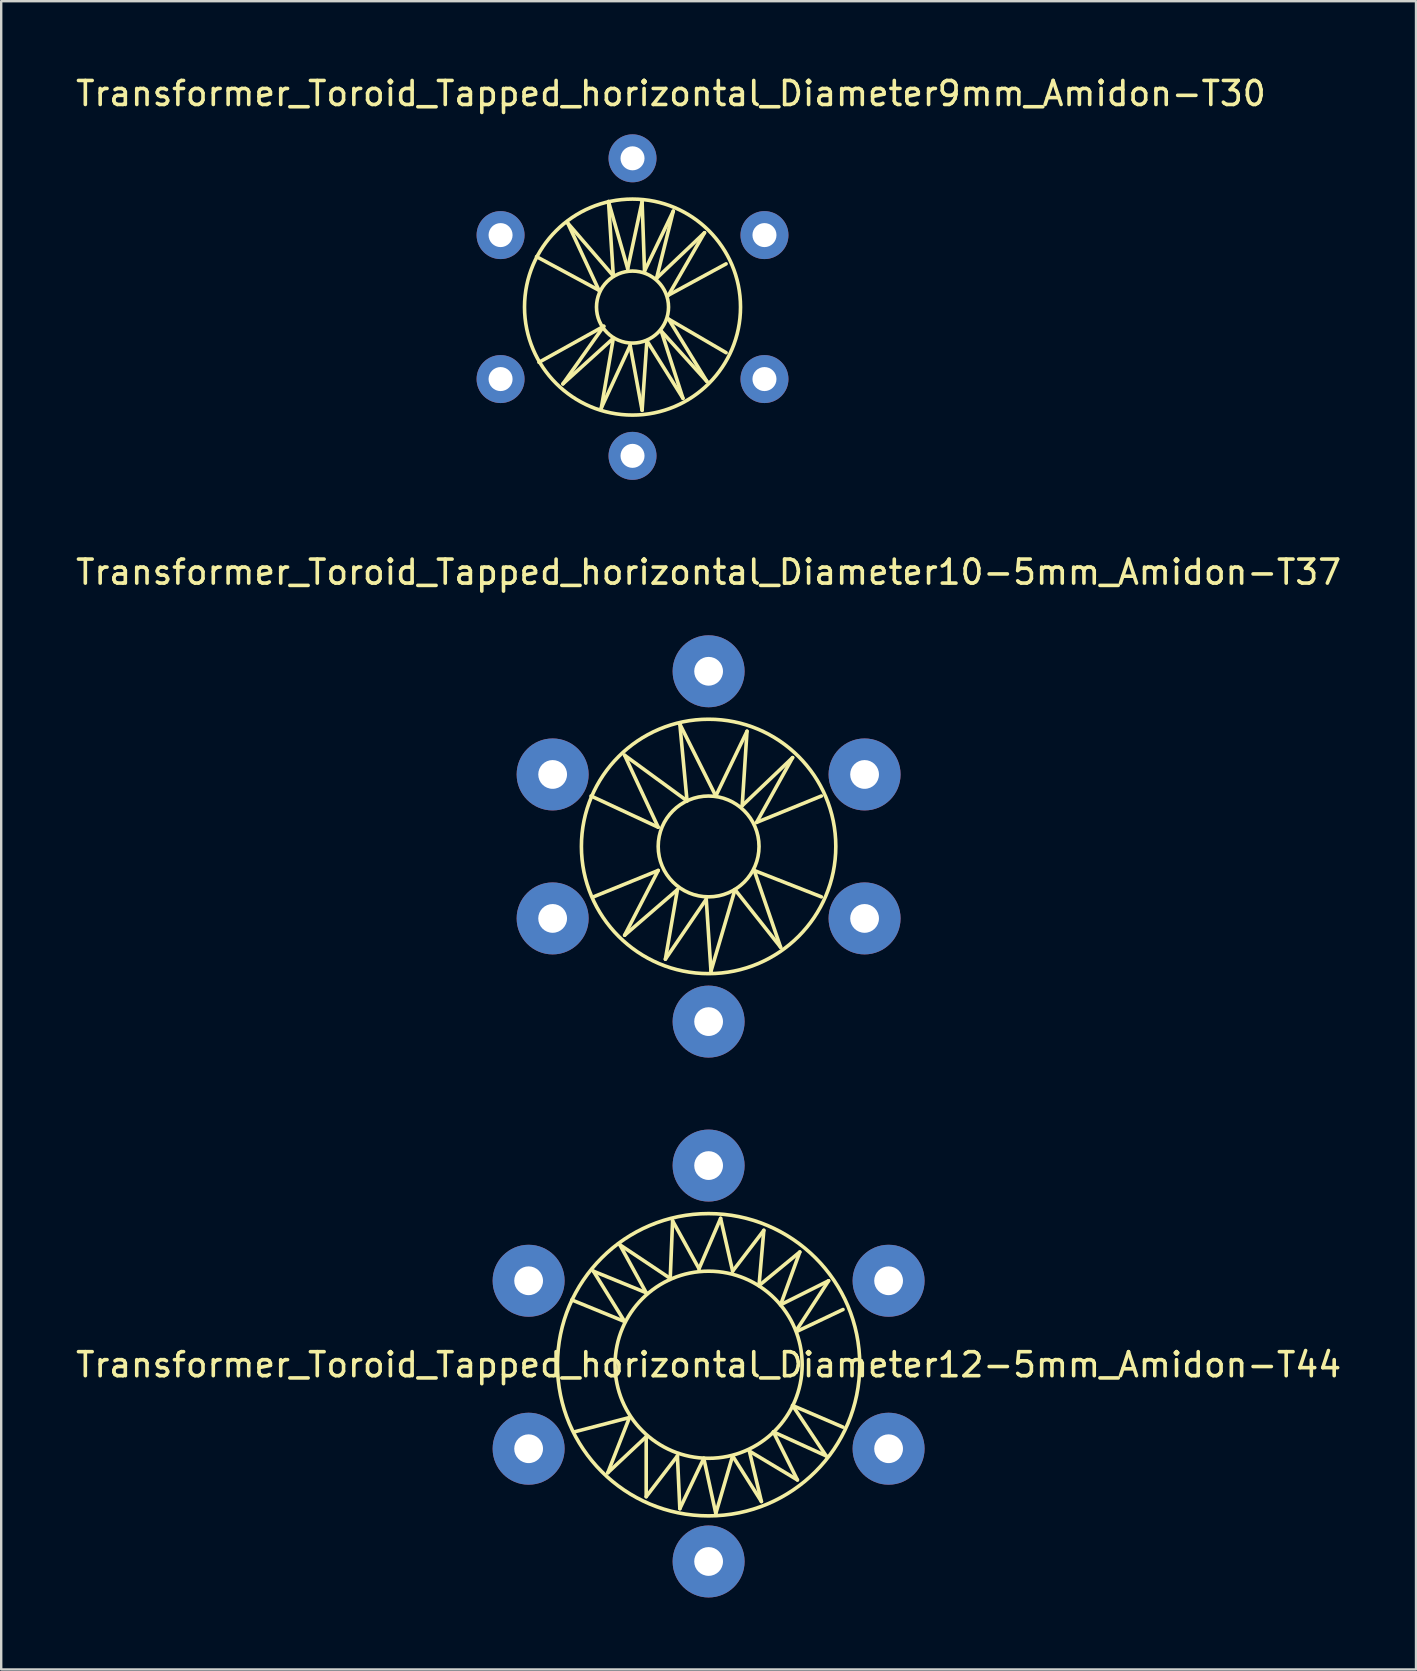
<source format=kicad_pcb>
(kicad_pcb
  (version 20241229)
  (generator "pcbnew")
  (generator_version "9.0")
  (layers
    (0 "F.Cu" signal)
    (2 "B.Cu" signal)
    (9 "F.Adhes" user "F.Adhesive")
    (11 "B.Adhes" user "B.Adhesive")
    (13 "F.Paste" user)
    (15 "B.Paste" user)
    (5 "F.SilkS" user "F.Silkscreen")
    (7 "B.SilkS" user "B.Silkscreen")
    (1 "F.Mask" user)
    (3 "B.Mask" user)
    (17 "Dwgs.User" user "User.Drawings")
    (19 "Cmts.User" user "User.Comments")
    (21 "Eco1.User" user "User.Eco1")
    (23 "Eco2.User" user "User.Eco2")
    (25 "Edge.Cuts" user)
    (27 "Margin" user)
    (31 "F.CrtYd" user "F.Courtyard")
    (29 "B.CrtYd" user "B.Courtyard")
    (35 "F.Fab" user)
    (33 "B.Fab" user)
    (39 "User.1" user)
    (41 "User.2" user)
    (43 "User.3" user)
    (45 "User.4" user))
  (footprint "Transformer_Toroid_Tapped_horizontal_Diameter12-5mm_Amidon-T44"
    (layer "F.Cu")
    (at 26.482 53.827)
    (property "Reference" "Transformer_Toroid_Tapped_horizontal_Diameter12-5mm_Amidon-T44" (at 0 0 0) (layer "F.SilkS") (effects (font (size 1 1) (thickness 0.15))))
    (attr through_hole)
    (fp_line (start -5.7 -2.7) (end -3.5 -1.801) (stroke (width 0.15) (type solid)) (layer "F.SilkS"))
    (fp_line (start -5.601 2.799) (end -3.299 2.2) (stroke (width 0.15) (type solid)) (layer "F.SilkS"))
    (fp_line (start -4.801 -3.899) (end -2.601 -3) (stroke (width 0.15) (type solid)) (layer "F.SilkS"))
    (fp_line (start -4.201 4.501) (end -2.601 3) (stroke (width 0.15) (type solid)) (layer "F.SilkS"))
    (fp_line (start -3.701 -5.001) (end -1.6 -3.599) (stroke (width 0.15) (type solid)) (layer "F.SilkS"))
    (fp_line (start -3.5 -1.801) (end -4.801 -3.899) (stroke (width 0.15) (type solid)) (layer "F.SilkS"))
    (fp_line (start -3.299 2.2) (end -4.201 4.501) (stroke (width 0.15) (type solid)) (layer "F.SilkS"))
    (fp_line (start -2.601 -3) (end -3.701 -5.001) (stroke (width 0.15) (type solid)) (layer "F.SilkS"))
    (fp_line (start -2.601 3) (end -2.601 5.499) (stroke (width 0.15) (type solid)) (layer "F.SilkS"))
    (fp_line (start -2.601 5.499) (end -1.3 3.8) (stroke (width 0.15) (type solid)) (layer "F.SilkS"))
    (fp_line (start -1.6 -3.599) (end -1.501 -5.999) (stroke (width 0.15) (type solid)) (layer "F.SilkS"))
    (fp_line (start -1.501 -5.999) (end -0.399 -4) (stroke (width 0.15) (type solid)) (layer "F.SilkS"))
    (fp_line (start -1.3 3.8) (end -1.199 5.999) (stroke (width 0.15) (type solid)) (layer "F.SilkS"))
    (fp_line (start -1.199 5.999) (end -0.201 3.899) (stroke (width 0.15) (type solid)) (layer "F.SilkS"))
    (fp_line (start -0.399 -4) (end 0.5 -6.101) (stroke (width 0.15) (type solid)) (layer "F.SilkS"))
    (fp_line (start -0.201 3.899) (end 0.3 6.2) (stroke (width 0.15) (type solid)) (layer "F.SilkS"))
    (fp_line (start 0.3 6.2) (end 1.001 3.8) (stroke (width 0.15) (type solid)) (layer "F.SilkS"))
    (fp_line (start 0.5 -6.101) (end 1.001 -3.899) (stroke (width 0.15) (type solid)) (layer "F.SilkS"))
    (fp_line (start 1.001 -3.899) (end 2.301 -5.601) (stroke (width 0.15) (type solid)) (layer "F.SilkS"))
    (fp_line (start 1.001 3.8) (end 2.2 5.7) (stroke (width 0.15) (type solid)) (layer "F.SilkS"))
    (fp_line (start 1.699 3.599) (end 3.701 4.801) (stroke (width 0.15) (type solid)) (layer "F.SilkS"))
    (fp_line (start 2.101 -3.299) (end 3.8 -4.699) (stroke (width 0.15) (type solid)) (layer "F.SilkS"))
    (fp_line (start 2.2 5.7) (end 1.699 3.599) (stroke (width 0.15) (type solid)) (layer "F.SilkS"))
    (fp_line (start 2.301 -5.601) (end 2.101 -3.299) (stroke (width 0.15) (type solid)) (layer "F.SilkS"))
    (fp_line (start 2.7 2.799) (end 4.9 3.8) (stroke (width 0.15) (type solid)) (layer "F.SilkS"))
    (fp_line (start 3 -2.499) (end 5.001 -3.5) (stroke (width 0.15) (type solid)) (layer "F.SilkS"))
    (fp_line (start 3.5 1.699) (end 5.601 2.601) (stroke (width 0.15) (type solid)) (layer "F.SilkS"))
    (fp_line (start 3.701 -1.4) (end 5.601 -2.301) (stroke (width 0.15) (type solid)) (layer "F.SilkS"))
    (fp_line (start 3.701 4.801) (end 2.7 2.799) (stroke (width 0.15) (type solid)) (layer "F.SilkS"))
    (fp_line (start 3.8 -4.699) (end 3 -2.499) (stroke (width 0.15) (type solid)) (layer "F.SilkS"))
    (fp_line (start 4.9 3.8) (end 3.5 1.699) (stroke (width 0.15) (type solid)) (layer "F.SilkS"))
    (fp_line (start 5.001 -3.5) (end 3.701 -1.501) (stroke (width 0.15) (type solid)) (layer "F.SilkS"))
    (fp_circle (center 0 0) (end 3.899 0) (stroke (width 0.15) (type solid)) (fill no) (layer "F.SilkS"))
    (fp_circle (center 0 0) (end 6.299 0) (stroke (width 0.15) (type solid)) (fill no) (layer "F.SilkS"))
    (pad "1" thru_hole circle (at -7.501 3.5) (size 3 3) (drill 1.199) (layers "*.Cu" "*.Mask"))
    (pad "2" thru_hole circle (at 0 8.199) (size 3 3) (drill 1.199) (layers "*.Cu" "*.Mask"))
    (pad "3" thru_hole circle (at 7.501 3.5) (size 3 3) (drill 1.199) (layers "*.Cu" "*.Mask"))
    (pad "4" thru_hole circle (at -7.501 -3.5) (size 3 3) (drill 1.199) (layers "*.Cu" "*.Mask"))
    (pad "5" thru_hole circle (at 0 -8.301) (size 3 3) (drill 1.199) (layers "*.Cu" "*.Mask"))
    (pad "6" thru_hole circle (at 7.501 -3.5) (size 3 3) (drill 1.199) (layers "*.Cu" "*.Mask")))
  (footprint "Transformer_Toroid_Tapped_horizontal_Diameter9mm_Amidon-T30"
    (layer "F.Cu")
    (at 23.311 9.748)
    (property "Reference" "Transformer_Toroid_Tapped_horizontal_Diameter9mm_Amidon-T30" (at 1.6 -8.9 0) (layer "F.SilkS") (effects (font (size 1 1) (thickness 0.15))))
    (attr through_hole)
    (fp_line (start -4 -2.101) (end -1.4 -0.701) (stroke (width 0.15) (type solid)) (layer "F.SilkS"))
    (fp_line (start -3.899 2.301) (end -1.199 0.8) (stroke (width 0.15) (type solid)) (layer "F.SilkS"))
    (fp_line (start -2.901 3.2) (end -0.8 1.3) (stroke (width 0.15) (type solid)) (layer "F.SilkS"))
    (fp_line (start -2.7 -3.5) (end -0.8 -1.3) (stroke (width 0.15) (type solid)) (layer "F.SilkS"))
    (fp_line (start -1.4 -0.701) (end -2.7 -3.5) (stroke (width 0.15) (type solid)) (layer "F.SilkS"))
    (fp_line (start -1.3 4.201) (end -0.099 1.6) (stroke (width 0.15) (type solid)) (layer "F.SilkS"))
    (fp_line (start -1.199 0.8) (end -2.901 3.2) (stroke (width 0.15) (type solid)) (layer "F.SilkS"))
    (fp_line (start -1.001 -4.399) (end -0.201 -1.6) (stroke (width 0.15) (type solid)) (layer "F.SilkS"))
    (fp_line (start -0.8 -1.3) (end -1.001 -4.399) (stroke (width 0.15) (type solid)) (layer "F.SilkS"))
    (fp_line (start -0.8 1.3) (end -1.3 4.201) (stroke (width 0.15) (type solid)) (layer "F.SilkS"))
    (fp_line (start -0.201 -1.6) (end 0.399 -4.399) (stroke (width 0.15) (type solid)) (layer "F.SilkS"))
    (fp_line (start -0.099 1.6) (end 0.399 4.3) (stroke (width 0.15) (type solid)) (layer "F.SilkS"))
    (fp_line (start 0.399 -4.399) (end 0.5 -1.501) (stroke (width 0.15) (type solid)) (layer "F.SilkS"))
    (fp_line (start 0.399 4.3) (end 0.599 1.4) (stroke (width 0.15) (type solid)) (layer "F.SilkS"))
    (fp_line (start 0.5 -1.501) (end 1.699 -4) (stroke (width 0.15) (type solid)) (layer "F.SilkS"))
    (fp_line (start 0.599 1.4) (end 2.101 3.8) (stroke (width 0.15) (type solid)) (layer "F.SilkS"))
    (fp_line (start 1.001 -1.199) (end 3 -3.099) (stroke (width 0.15) (type solid)) (layer "F.SilkS"))
    (fp_line (start 1.199 1.001) (end 3.099 3.099) (stroke (width 0.15) (type solid)) (layer "F.SilkS"))
    (fp_line (start 1.501 -0.5) (end 3.899 -1.801) (stroke (width 0.15) (type solid)) (layer "F.SilkS"))
    (fp_line (start 1.501 0.5) (end 3.899 1.9) (stroke (width 0.15) (type solid)) (layer "F.SilkS"))
    (fp_line (start 1.699 -4) (end 1.001 -1.199) (stroke (width 0.15) (type solid)) (layer "F.SilkS"))
    (fp_line (start 2.101 3.8) (end 1.199 1.001) (stroke (width 0.15) (type solid)) (layer "F.SilkS"))
    (fp_line (start 3 -3.099) (end 1.501 -0.5) (stroke (width 0.15) (type solid)) (layer "F.SilkS"))
    (fp_line (start 3.099 3.099) (end 1.501 0.5) (stroke (width 0.15) (type solid)) (layer "F.SilkS"))
    (fp_circle (center 0 0) (end 1.501 0) (stroke (width 0.15) (type solid)) (fill no) (layer "F.SilkS"))
    (fp_circle (center 0 0) (end 4.501 0) (stroke (width 0.15) (type solid)) (fill no) (layer "F.SilkS"))
    (pad "1" thru_hole circle (at -5.499 3) (size 1.999 1.999) (drill 1.001) (layers "*.Cu" "*.Mask"))
    (pad "2" thru_hole circle (at 0 6.2) (size 1.999 1.999) (drill 1.001) (layers "*.Cu" "*.Mask"))
    (pad "3" thru_hole circle (at 5.499 3) (size 1.999 1.999) (drill 1.001) (layers "*.Cu" "*.Mask"))
    (pad "4" thru_hole circle (at -5.499 -3) (size 1.999 1.999) (drill 1.001) (layers "*.Cu" "*.Mask"))
    (pad "5" thru_hole circle (at 0 -6.2) (size 1.999 1.999) (drill 1.001) (layers "*.Cu" "*.Mask"))
    (pad "6" thru_hole circle (at 5.499 -3) (size 1.999 1.999) (drill 1.001) (layers "*.Cu" "*.Mask")))
  (footprint "Transformer_Toroid_Tapped_horizontal_Diameter10-5mm_Amidon-T37"
    (layer "F.Cu")
    (at 26.482 32.226)
    (property "Reference" "Transformer_Toroid_Tapped_horizontal_Diameter10-5mm_Amidon-T37" (at 0 -11.43 0) (layer "F.SilkS") (effects (font (size 1 1) (thickness 0.15))))
    (attr through_hole)
    (fp_line (start -4.9 -2.101) (end -2.101 -0.8) (stroke (width 0.15) (type solid)) (layer "F.SilkS"))
    (fp_line (start -4.801 2.101) (end -2.101 1.001) (stroke (width 0.15) (type solid)) (layer "F.SilkS"))
    (fp_line (start -3.5 -3.8) (end -0.899 -1.9) (stroke (width 0.15) (type solid)) (layer "F.SilkS"))
    (fp_line (start -3.5 3.701) (end -1.3 1.801) (stroke (width 0.15) (type solid)) (layer "F.SilkS"))
    (fp_line (start -2.101 -0.8) (end -3.5 -3.8) (stroke (width 0.15) (type solid)) (layer "F.SilkS"))
    (fp_line (start -2.101 1.001) (end -3.5 3.701) (stroke (width 0.15) (type solid)) (layer "F.SilkS"))
    (fp_line (start -1.801 4.699) (end -0.099 2.2) (stroke (width 0.15) (type solid)) (layer "F.SilkS"))
    (fp_line (start -1.3 1.801) (end -1.801 4.699) (stroke (width 0.15) (type solid)) (layer "F.SilkS"))
    (fp_line (start -1.199 -5.1) (end 0.3 -2.101) (stroke (width 0.15) (type solid)) (layer "F.SilkS"))
    (fp_line (start -0.899 -1.9) (end -1.199 -5.1) (stroke (width 0.15) (type solid)) (layer "F.SilkS"))
    (fp_line (start -0.099 2.2) (end 0.099 5.199) (stroke (width 0.15) (type solid)) (layer "F.SilkS"))
    (fp_line (start 0.099 5.199) (end 1.1 1.801) (stroke (width 0.15) (type solid)) (layer "F.SilkS"))
    (fp_line (start 0.3 -2.101) (end 1.6 -4.801) (stroke (width 0.15) (type solid)) (layer "F.SilkS"))
    (fp_line (start 1.1 1.801) (end 3 4.201) (stroke (width 0.15) (type solid)) (layer "F.SilkS"))
    (fp_line (start 1.4 -1.699) (end 3.5 -3.701) (stroke (width 0.15) (type solid)) (layer "F.SilkS"))
    (fp_line (start 1.6 -4.801) (end 1.4 -1.699) (stroke (width 0.15) (type solid)) (layer "F.SilkS"))
    (fp_line (start 1.9 1.001) (end 4.699 2.101) (stroke (width 0.15) (type solid)) (layer "F.SilkS"))
    (fp_line (start 1.999 -1.001) (end 4.699 -2.101) (stroke (width 0.15) (type solid)) (layer "F.SilkS"))
    (fp_line (start 3 4.201) (end 1.9 1.001) (stroke (width 0.15) (type solid)) (layer "F.SilkS"))
    (fp_line (start 3.5 -3.701) (end 1.999 -1.001) (stroke (width 0.15) (type solid)) (layer "F.SilkS"))
    (fp_circle (center 0 0) (end 2.101 0) (stroke (width 0.15) (type solid)) (fill no) (layer "F.SilkS"))
    (fp_circle (center 0 0) (end 5.301 0) (stroke (width 0.15) (type solid)) (fill no) (layer "F.SilkS"))
    (pad "1" thru_hole circle (at -6.5 3) (size 3 3) (drill 1.199) (layers "*.Cu" "*.Mask"))
    (pad "2" thru_hole circle (at 0 7.3) (size 3 3) (drill 1.199) (layers "*.Cu" "*.Mask"))
    (pad "3" thru_hole circle (at 6.5 3) (size 3 3) (drill 1.199) (layers "*.Cu" "*.Mask"))
    (pad "4" thru_hole circle (at -6.5 -3) (size 3 3) (drill 1.199) (layers "*.Cu" "*.Mask"))
    (pad "5" thru_hole circle (at 0 -7.3) (size 3 3) (drill 1.199) (layers "*.Cu" "*.Mask"))
    (pad "6" thru_hole circle (at 6.5 -3) (size 3 3) (drill 1.199) (layers "*.Cu" "*.Mask")))
  (gr_rect
    (start -3 -3)
    (end 55.964 66.526)
    (stroke (width 0.1) (type default))
    (fill no)
    (layer "Edge.Cuts")))
</source>
